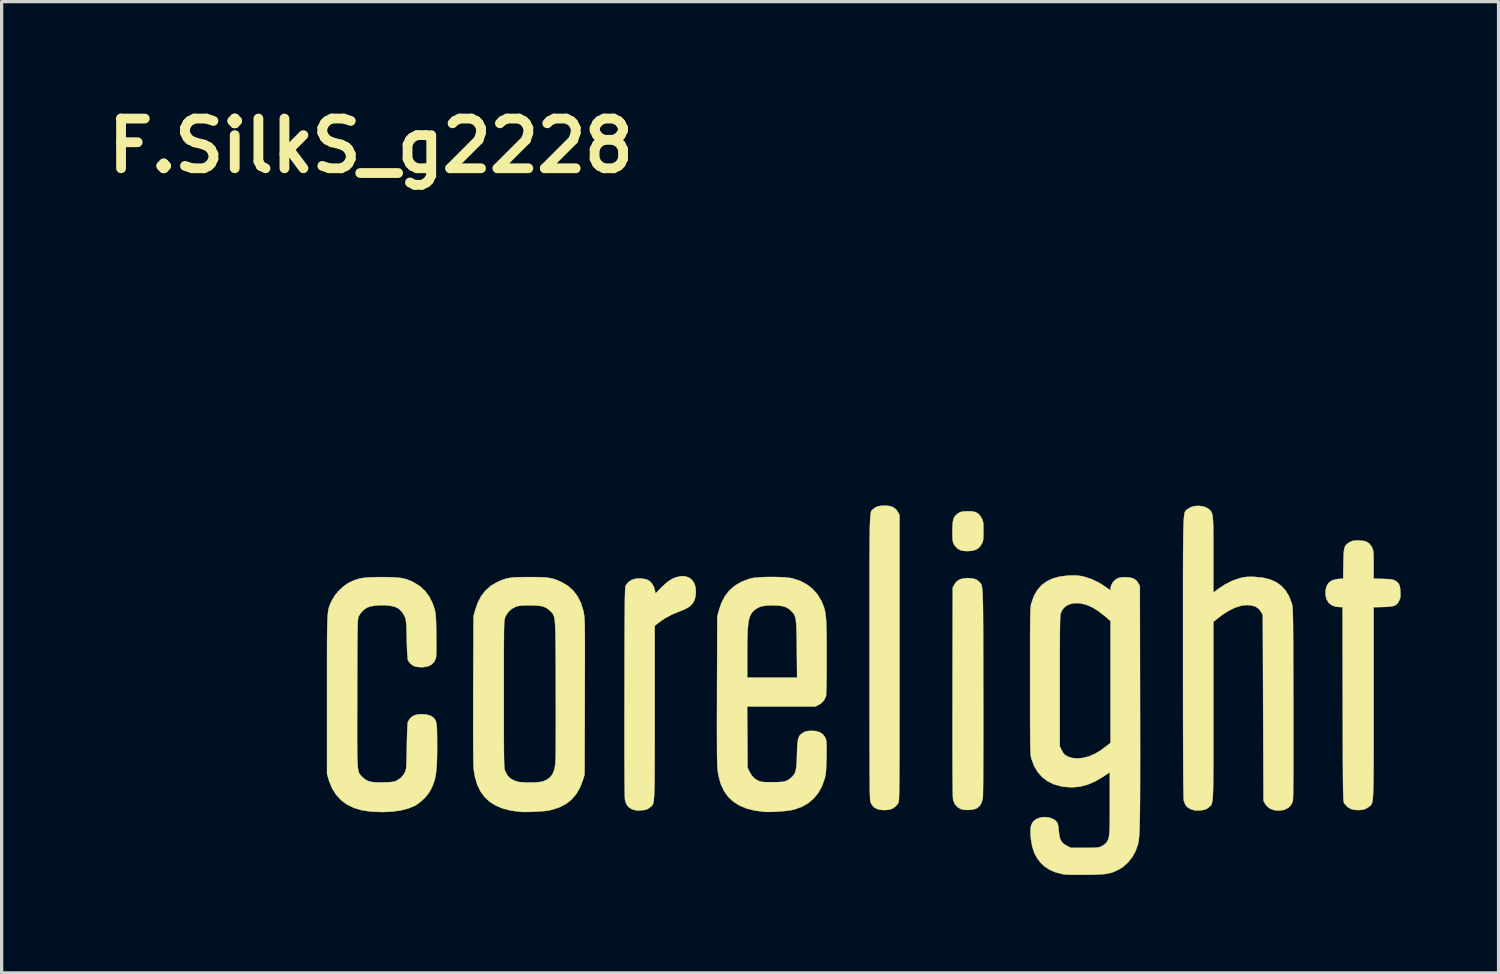
<source format=kicad_pcb>
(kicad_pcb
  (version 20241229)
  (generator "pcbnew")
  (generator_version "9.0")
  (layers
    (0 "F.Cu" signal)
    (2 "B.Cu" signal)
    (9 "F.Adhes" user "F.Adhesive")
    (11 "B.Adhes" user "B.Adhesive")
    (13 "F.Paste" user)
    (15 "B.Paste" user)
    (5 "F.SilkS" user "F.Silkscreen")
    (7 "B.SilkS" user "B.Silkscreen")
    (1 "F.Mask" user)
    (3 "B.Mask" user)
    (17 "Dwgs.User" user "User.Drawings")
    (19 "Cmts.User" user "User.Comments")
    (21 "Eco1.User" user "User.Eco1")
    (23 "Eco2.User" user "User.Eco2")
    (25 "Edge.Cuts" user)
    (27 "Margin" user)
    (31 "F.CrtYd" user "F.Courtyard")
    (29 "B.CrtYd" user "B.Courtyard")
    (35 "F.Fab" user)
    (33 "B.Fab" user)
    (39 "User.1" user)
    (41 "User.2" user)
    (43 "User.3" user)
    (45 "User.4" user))
  (footprint "F.SilkS_g2228"
    (layer "F.Cu")
    (at 8.317 1.418)
    (property "Reference" "F.SilkS_g2228" (at 0 0 0) (layer "F.SilkS") (effects (font (size 1.524 1.524) (thickness 0.3))))
    (attr through_hole)
    (fp_poly (pts (xy 18.415 11.203) (xy 18.523 11.224) (xy 18.606 11.267) (xy 18.672 11.335) (xy 18.716 11.408) (xy 18.74 11.455) (xy 18.756 11.498) (xy 18.766 11.545) (xy 18.772 11.606) (xy 18.774 11.69) (xy 18.775 11.807) (xy 18.775 11.809) (xy 18.774 11.928) (xy 18.772 12.014) (xy 18.766 12.076) (xy 18.755 12.125) (xy 18.739 12.168) (xy 18.721 12.208) (xy 18.651 12.307) (xy 18.557 12.375) (xy 18.435 12.413) (xy 18.3 12.423) (xy 18.215 12.42) (xy 18.14 12.413) (xy 18.093 12.404) (xy 17.987 12.351) (xy 17.901 12.264) (xy 17.866 12.206) (xy 17.849 12.164) (xy 17.836 12.12) (xy 17.828 12.063) (xy 17.824 11.986) (xy 17.823 11.879) (xy 17.822 11.811) (xy 17.825 11.657) (xy 17.835 11.537) (xy 17.854 11.446) (xy 17.884 11.376) (xy 17.928 11.32) (xy 17.987 11.272) (xy 17.998 11.265) (xy 18.046 11.236) (xy 18.095 11.218) (xy 18.156 11.208) (xy 18.244 11.202) (xy 18.276 11.201) (xy 18.415 11.203)) (stroke (width 0.01) (type solid)) (fill yes) (layer "F.SilkS"))
    (fp_poly (pts (xy 18.405 13.256) (xy 18.503 13.275) (xy 18.579 13.309) (xy 18.642 13.361) (xy 18.659 13.377) (xy 18.673 13.391) (xy 18.687 13.406) (xy 18.699 13.422) (xy 18.709 13.442) (xy 18.719 13.469) (xy 18.727 13.503) (xy 18.735 13.548) (xy 18.741 13.605) (xy 18.746 13.677) (xy 18.751 13.765) (xy 18.755 13.871) (xy 18.758 13.998) (xy 18.761 14.148) (xy 18.763 14.322) (xy 18.764 14.522) (xy 18.766 14.751) (xy 18.767 15.011) (xy 18.767 15.304) (xy 18.768 15.632) (xy 18.769 15.996) (xy 18.769 16.399) (xy 18.77 16.7) (xy 18.771 17.124) (xy 18.771 17.525) (xy 18.771 17.903) (xy 18.771 18.254) (xy 18.77 18.578) (xy 18.769 18.873) (xy 18.768 19.137) (xy 18.767 19.369) (xy 18.765 19.566) (xy 18.763 19.728) (xy 18.761 19.853) (xy 18.759 19.939) (xy 18.756 19.985) (xy 18.756 19.987) (xy 18.722 20.124) (xy 18.663 20.228) (xy 18.576 20.302) (xy 18.557 20.313) (xy 18.483 20.337) (xy 18.384 20.352) (xy 18.274 20.357) (xy 18.171 20.35) (xy 18.089 20.332) (xy 18.087 20.332) (xy 17.981 20.271) (xy 17.9 20.18) (xy 17.85 20.063) (xy 17.845 20.042) (xy 17.842 20.011) (xy 17.839 19.951) (xy 17.836 19.862) (xy 17.833 19.742) (xy 17.831 19.591) (xy 17.83 19.407) (xy 17.828 19.189) (xy 17.827 18.937) (xy 17.826 18.648) (xy 17.826 18.323) (xy 17.826 17.959) (xy 17.826 17.556) (xy 17.827 17.112) (xy 17.827 16.732) (xy 17.833 13.536) (xy 17.886 13.442) (xy 17.957 13.35) (xy 18.051 13.289) (xy 18.172 13.257) (xy 18.275 13.25) (xy 18.405 13.256)) (stroke (width 0.01) (type solid)) (fill yes) (layer "F.SilkS"))
    (fp_poly (pts (xy 15.901 11.041) (xy 16.013 11.08) (xy 16.1 11.149) (xy 16.15 11.22) (xy 16.203 11.314) (xy 16.203 15.695) (xy 16.203 16.203) (xy 16.203 16.671) (xy 16.203 17.099) (xy 16.203 17.491) (xy 16.202 17.847) (xy 16.202 18.169) (xy 16.202 18.459) (xy 16.201 18.719) (xy 16.2 18.95) (xy 16.199 19.154) (xy 16.198 19.333) (xy 16.197 19.489) (xy 16.196 19.623) (xy 16.194 19.737) (xy 16.192 19.832) (xy 16.19 19.911) (xy 16.188 19.975) (xy 16.185 20.025) (xy 16.182 20.065) (xy 16.179 20.094) (xy 16.176 20.115) (xy 16.172 20.13) (xy 16.168 20.141) (xy 16.167 20.143) (xy 16.097 20.234) (xy 16.003 20.306) (xy 15.922 20.34) (xy 15.819 20.357) (xy 15.702 20.36) (xy 15.591 20.348) (xy 15.53 20.332) (xy 15.433 20.284) (xy 15.364 20.215) (xy 15.322 20.14) (xy 15.318 20.129) (xy 15.313 20.115) (xy 15.31 20.097) (xy 15.306 20.073) (xy 15.303 20.04) (xy 15.3 19.998) (xy 15.298 19.944) (xy 15.295 19.878) (xy 15.293 19.796) (xy 15.291 19.698) (xy 15.29 19.582) (xy 15.289 19.445) (xy 15.287 19.287) (xy 15.286 19.105) (xy 15.286 18.898) (xy 15.285 18.663) (xy 15.284 18.4) (xy 15.284 18.107) (xy 15.284 17.781) (xy 15.283 17.422) (xy 15.283 17.027) (xy 15.283 16.594) (xy 15.283 16.122) (xy 15.283 15.689) (xy 15.283 15.178) (xy 15.283 14.707) (xy 15.283 14.275) (xy 15.283 13.881) (xy 15.283 13.521) (xy 15.283 13.196) (xy 15.283 12.903) (xy 15.284 12.64) (xy 15.285 12.405) (xy 15.286 12.198) (xy 15.288 12.015) (xy 15.29 11.857) (xy 15.293 11.72) (xy 15.296 11.603) (xy 15.3 11.504) (xy 15.304 11.422) (xy 15.309 11.355) (xy 15.315 11.301) (xy 15.321 11.259) (xy 15.328 11.226) (xy 15.336 11.202) (xy 15.345 11.184) (xy 15.355 11.17) (xy 15.366 11.16) (xy 15.378 11.15) (xy 15.39 11.141) (xy 15.401 11.131) (xy 15.476 11.078) (xy 15.566 11.045) (xy 15.681 11.03) (xy 15.758 11.028) (xy 15.901 11.041)) (stroke (width 0.01) (type solid)) (fill yes) (layer "F.SilkS"))
    (fp_poly (pts (xy 9.629 13.194) (xy 9.744 13.231) (xy 9.838 13.3) (xy 9.907 13.399) (xy 9.949 13.525) (xy 9.962 13.676) (xy 9.949 13.809) (xy 9.918 13.928) (xy 9.864 14.027) (xy 9.783 14.11) (xy 9.67 14.183) (xy 9.521 14.249) (xy 9.466 14.269) (xy 9.235 14.364) (xy 9.02 14.478) (xy 8.835 14.605) (xy 8.832 14.607) (xy 8.7 14.712) (xy 8.7 17.353) (xy 8.7 17.755) (xy 8.7 18.116) (xy 8.699 18.439) (xy 8.699 18.726) (xy 8.698 18.98) (xy 8.697 19.202) (xy 8.696 19.395) (xy 8.693 19.562) (xy 8.691 19.703) (xy 8.687 19.822) (xy 8.682 19.921) (xy 8.676 20.002) (xy 8.67 20.066) (xy 8.662 20.117) (xy 8.652 20.156) (xy 8.642 20.186) (xy 8.629 20.209) (xy 8.616 20.226) (xy 8.6 20.241) (xy 8.583 20.256) (xy 8.568 20.268) (xy 8.514 20.308) (xy 8.464 20.338) (xy 8.456 20.341) (xy 8.397 20.356) (xy 8.315 20.367) (xy 8.227 20.373) (xy 8.153 20.373) (xy 8.128 20.37) (xy 7.996 20.331) (xy 7.898 20.269) (xy 7.831 20.18) (xy 7.791 20.062) (xy 7.787 20.03) (xy 7.784 19.968) (xy 7.781 19.875) (xy 7.779 19.751) (xy 7.777 19.593) (xy 7.775 19.402) (xy 7.774 19.176) (xy 7.773 18.914) (xy 7.772 18.616) (xy 7.772 18.279) (xy 7.772 17.904) (xy 7.772 17.49) (xy 7.773 17.034) (xy 7.773 16.743) (xy 7.774 16.311) (xy 7.775 15.919) (xy 7.775 15.566) (xy 7.776 15.248) (xy 7.777 14.965) (xy 7.778 14.715) (xy 7.779 14.495) (xy 7.781 14.302) (xy 7.782 14.137) (xy 7.784 13.995) (xy 7.785 13.875) (xy 7.788 13.776) (xy 7.79 13.695) (xy 7.793 13.63) (xy 7.796 13.579) (xy 7.799 13.541) (xy 7.803 13.512) (xy 7.807 13.492) (xy 7.811 13.478) (xy 7.815 13.47) (xy 7.891 13.373) (xy 7.995 13.304) (xy 8.121 13.266) (xy 8.264 13.259) (xy 8.421 13.284) (xy 8.46 13.295) (xy 8.544 13.342) (xy 8.619 13.42) (xy 8.675 13.52) (xy 8.699 13.6) (xy 8.725 13.72) (xy 8.881 13.561) (xy 9.008 13.438) (xy 9.121 13.346) (xy 9.228 13.279) (xy 9.337 13.23) (xy 9.346 13.227) (xy 9.496 13.192) (xy 9.629 13.194)) (stroke (width 0.01) (type solid)) (fill yes) (layer "F.SilkS"))
    (fp_poly (pts (xy 30.406 12.106) (xy 30.512 12.133) (xy 30.592 12.183) (xy 30.656 12.26) (xy 30.681 12.306) (xy 30.699 12.344) (xy 30.712 12.379) (xy 30.722 12.419) (xy 30.728 12.471) (xy 30.732 12.541) (xy 30.733 12.636) (xy 30.734 12.763) (xy 30.734 12.84) (xy 30.734 13.267) (xy 31.025 13.275) (xy 31.148 13.279) (xy 31.237 13.284) (xy 31.3 13.293) (xy 31.346 13.305) (xy 31.383 13.322) (xy 31.388 13.324) (xy 31.46 13.375) (xy 31.508 13.432) (xy 31.537 13.505) (xy 31.552 13.605) (xy 31.555 13.67) (xy 31.557 13.766) (xy 31.553 13.834) (xy 31.54 13.888) (xy 31.517 13.941) (xy 31.513 13.948) (xy 31.475 14.013) (xy 31.432 14.06) (xy 31.376 14.093) (xy 31.302 14.115) (xy 31.201 14.128) (xy 31.067 14.135) (xy 31.025 14.136) (xy 30.734 14.143) (xy 30.734 17.069) (xy 30.734 17.49) (xy 30.734 17.87) (xy 30.734 18.212) (xy 30.734 18.518) (xy 30.733 18.79) (xy 30.733 19.03) (xy 30.731 19.241) (xy 30.729 19.424) (xy 30.727 19.581) (xy 30.724 19.715) (xy 30.72 19.827) (xy 30.715 19.921) (xy 30.709 19.997) (xy 30.702 20.058) (xy 30.694 20.105) (xy 30.685 20.142) (xy 30.674 20.171) (xy 30.662 20.192) (xy 30.648 20.209) (xy 30.633 20.224) (xy 30.616 20.238) (xy 30.597 20.253) (xy 30.595 20.255) (xy 30.53 20.3) (xy 30.459 20.335) (xy 30.444 20.34) (xy 30.339 20.357) (xy 30.221 20.36) (xy 30.109 20.347) (xy 30.049 20.331) (xy 29.937 20.269) (xy 29.848 20.174) (xy 29.827 20.14) (xy 29.822 20.129) (xy 29.818 20.112) (xy 29.814 20.087) (xy 29.81 20.053) (xy 29.807 20.007) (xy 29.804 19.947) (xy 29.802 19.871) (xy 29.799 19.777) (xy 29.797 19.663) (xy 29.796 19.527) (xy 29.794 19.367) (xy 29.793 19.18) (xy 29.792 18.965) (xy 29.79 18.719) (xy 29.79 18.441) (xy 29.789 18.128) (xy 29.788 17.778) (xy 29.787 17.389) (xy 29.786 17.108) (xy 29.781 14.139) (xy 29.691 14.139) (xy 29.549 14.122) (xy 29.432 14.072) (xy 29.344 13.992) (xy 29.285 13.884) (xy 29.258 13.752) (xy 29.262 13.621) (xy 29.294 13.494) (xy 29.354 13.397) (xy 29.444 13.328) (xy 29.566 13.288) (xy 29.655 13.276) (xy 29.8 13.266) (xy 29.807 12.819) (xy 29.81 12.648) (xy 29.815 12.514) (xy 29.824 12.411) (xy 29.838 12.334) (xy 29.859 12.276) (xy 29.889 12.231) (xy 29.928 12.195) (xy 29.979 12.161) (xy 29.991 12.154) (xy 30.046 12.125) (xy 30.097 12.108) (xy 30.16 12.099) (xy 30.247 12.097) (xy 30.268 12.097) (xy 30.406 12.106)) (stroke (width 0.01) (type solid)) (fill yes) (layer "F.SilkS"))
    (fp_poly (pts (xy 25.504 11.051) (xy 25.619 11.092) (xy 25.702 11.15) (xy 25.727 11.175) (xy 25.748 11.202) (xy 25.766 11.232) (xy 25.781 11.271) (xy 25.793 11.322) (xy 25.803 11.387) (xy 25.81 11.471) (xy 25.815 11.576) (xy 25.819 11.706) (xy 25.821 11.865) (xy 25.823 12.056) (xy 25.823 12.283) (xy 25.823 12.548) (xy 25.823 12.555) (xy 25.823 13.693) (xy 25.977 13.577) (xy 26.179 13.444) (xy 26.395 13.335) (xy 26.613 13.257) (xy 26.648 13.248) (xy 26.736 13.228) (xy 26.814 13.216) (xy 26.897 13.21) (xy 26.999 13.21) (xy 27.093 13.213) (xy 27.34 13.237) (xy 27.555 13.29) (xy 27.741 13.371) (xy 27.899 13.482) (xy 28.031 13.624) (xy 28.137 13.799) (xy 28.219 14.007) (xy 28.23 14.044) (xy 28.236 14.064) (xy 28.24 14.088) (xy 28.245 14.118) (xy 28.248 14.156) (xy 28.252 14.204) (xy 28.255 14.265) (xy 28.258 14.341) (xy 28.26 14.433) (xy 28.262 14.545) (xy 28.264 14.677) (xy 28.265 14.833) (xy 28.267 15.015) (xy 28.268 15.224) (xy 28.269 15.462) (xy 28.27 15.733) (xy 28.271 16.038) (xy 28.272 16.379) (xy 28.273 16.759) (xy 28.274 17.088) (xy 28.274 17.537) (xy 28.275 17.945) (xy 28.275 18.314) (xy 28.275 18.644) (xy 28.275 18.936) (xy 28.274 19.193) (xy 28.273 19.414) (xy 28.271 19.602) (xy 28.269 19.758) (xy 28.267 19.883) (xy 28.264 19.978) (xy 28.261 20.044) (xy 28.258 20.084) (xy 28.256 20.093) (xy 28.207 20.199) (xy 28.125 20.285) (xy 28.018 20.344) (xy 27.961 20.36) (xy 27.81 20.377) (xy 27.673 20.36) (xy 27.553 20.313) (xy 27.458 20.237) (xy 27.411 20.171) (xy 27.358 20.077) (xy 27.347 17.23) (xy 27.337 14.383) (xy 27.29 14.295) (xy 27.217 14.196) (xy 27.119 14.127) (xy 26.993 14.088) (xy 26.849 14.076) (xy 26.682 14.095) (xy 26.5 14.151) (xy 26.308 14.242) (xy 26.109 14.367) (xy 25.961 14.48) (xy 25.823 14.591) (xy 25.823 17.293) (xy 25.823 17.699) (xy 25.823 18.064) (xy 25.823 18.392) (xy 25.823 18.683) (xy 25.822 18.942) (xy 25.821 19.168) (xy 25.82 19.365) (xy 25.818 19.536) (xy 25.815 19.681) (xy 25.811 19.803) (xy 25.807 19.905) (xy 25.801 19.988) (xy 25.795 20.056) (xy 25.787 20.109) (xy 25.778 20.15) (xy 25.768 20.181) (xy 25.756 20.205) (xy 25.743 20.223) (xy 25.727 20.238) (xy 25.711 20.252) (xy 25.692 20.267) (xy 25.692 20.268) (xy 25.638 20.308) (xy 25.588 20.338) (xy 25.58 20.341) (xy 25.521 20.356) (xy 25.439 20.367) (xy 25.351 20.373) (xy 25.277 20.373) (xy 25.252 20.37) (xy 25.12 20.331) (xy 25.021 20.268) (xy 24.954 20.178) (xy 24.915 20.067) (xy 24.912 20.037) (xy 24.909 19.978) (xy 24.907 19.888) (xy 24.905 19.767) (xy 24.902 19.613) (xy 24.9 19.425) (xy 24.899 19.204) (xy 24.897 18.948) (xy 24.896 18.656) (xy 24.895 18.327) (xy 24.894 17.961) (xy 24.893 17.556) (xy 24.893 17.113) (xy 24.892 16.629) (xy 24.892 16.104) (xy 24.892 15.687) (xy 24.892 15.177) (xy 24.892 14.708) (xy 24.892 14.277) (xy 24.892 13.883) (xy 24.892 13.525) (xy 24.892 13.201) (xy 24.893 12.909) (xy 24.894 12.647) (xy 24.895 12.413) (xy 24.897 12.207) (xy 24.899 12.025) (xy 24.901 11.867) (xy 24.904 11.731) (xy 24.908 11.614) (xy 24.912 11.516) (xy 24.917 11.434) (xy 24.923 11.367) (xy 24.929 11.314) (xy 24.937 11.271) (xy 24.945 11.238) (xy 24.954 11.213) (xy 24.965 11.195) (xy 24.976 11.18) (xy 24.988 11.169) (xy 25.002 11.158) (xy 25.017 11.147) (xy 25.029 11.137) (xy 25.126 11.078) (xy 25.245 11.043) (xy 25.375 11.035) (xy 25.504 11.051)) (stroke (width 0.01) (type solid)) (fill yes) (layer "F.SilkS"))
    (fp_poly (pts (xy 12.509 13.219) (xy 12.664 13.227) (xy 12.797 13.238) (xy 12.901 13.254) (xy 12.918 13.257) (xy 13.149 13.331) (xy 13.355 13.439) (xy 13.535 13.577) (xy 13.685 13.745) (xy 13.805 13.94) (xy 13.875 14.108) (xy 13.895 14.17) (xy 13.912 14.233) (xy 13.926 14.3) (xy 13.938 14.376) (xy 13.947 14.464) (xy 13.955 14.567) (xy 13.96 14.691) (xy 13.964 14.838) (xy 13.967 15.013) (xy 13.969 15.219) (xy 13.97 15.461) (xy 13.97 15.685) (xy 13.97 15.925) (xy 13.968 16.146) (xy 13.967 16.343) (xy 13.964 16.514) (xy 13.961 16.655) (xy 13.957 16.764) (xy 13.953 16.836) (xy 13.949 16.868) (xy 13.894 16.99) (xy 13.804 17.086) (xy 13.728 17.135) (xy 13.623 17.187) (xy 11.533 17.187) (xy 11.54 18.124) (xy 11.546 19.061) (xy 11.601 19.177) (xy 11.676 19.303) (xy 11.768 19.397) (xy 11.874 19.461) (xy 11.916 19.478) (xy 11.96 19.49) (xy 12.015 19.498) (xy 12.088 19.503) (xy 12.189 19.505) (xy 12.298 19.505) (xy 12.45 19.504) (xy 12.567 19.498) (xy 12.658 19.486) (xy 12.729 19.466) (xy 12.789 19.437) (xy 12.846 19.396) (xy 12.875 19.37) (xy 12.927 19.32) (xy 12.968 19.271) (xy 12.998 19.215) (xy 13.021 19.148) (xy 13.036 19.062) (xy 13.047 18.953) (xy 13.055 18.812) (xy 13.059 18.658) (xy 13.065 18.488) (xy 13.072 18.354) (xy 13.083 18.25) (xy 13.098 18.172) (xy 13.12 18.113) (xy 13.149 18.068) (xy 13.188 18.03) (xy 13.236 17.995) (xy 13.294 17.963) (xy 13.358 17.944) (xy 13.442 17.933) (xy 13.477 17.931) (xy 13.634 17.938) (xy 13.761 17.974) (xy 13.858 18.041) (xy 13.926 18.137) (xy 13.951 18.201) (xy 13.96 18.256) (xy 13.965 18.35) (xy 13.968 18.483) (xy 13.967 18.656) (xy 13.965 18.756) (xy 13.961 18.921) (xy 13.956 19.052) (xy 13.95 19.155) (xy 13.941 19.237) (xy 13.931 19.306) (xy 13.917 19.37) (xy 13.91 19.395) (xy 13.827 19.628) (xy 13.714 19.833) (xy 13.571 20.007) (xy 13.4 20.151) (xy 13.201 20.263) (xy 12.975 20.343) (xy 12.89 20.362) (xy 12.784 20.379) (xy 12.649 20.394) (xy 12.497 20.406) (xy 12.343 20.414) (xy 12.2 20.417) (xy 12.08 20.415) (xy 12.044 20.413) (xy 11.761 20.375) (xy 11.511 20.311) (xy 11.293 20.22) (xy 11.107 20.101) (xy 10.951 19.954) (xy 10.825 19.778) (xy 10.728 19.572) (xy 10.66 19.335) (xy 10.626 19.135) (xy 10.622 19.085) (xy 10.618 19.009) (xy 10.615 18.907) (xy 10.612 18.775) (xy 10.61 18.614) (xy 10.609 18.42) (xy 10.608 18.193) (xy 10.607 17.931) (xy 10.607 17.632) (xy 10.608 17.295) (xy 10.609 16.918) (xy 10.609 16.679) (xy 10.613 15.57) (xy 11.536 15.57) (xy 11.536 16.298) (xy 13.063 16.298) (xy 13.055 15.436) (xy 13.052 15.201) (xy 13.049 15.005) (xy 13.045 14.843) (xy 13.04 14.711) (xy 13.032 14.605) (xy 13.022 14.521) (xy 13.008 14.454) (xy 12.99 14.401) (xy 12.968 14.357) (xy 12.94 14.319) (xy 12.907 14.282) (xy 12.882 14.257) (xy 12.805 14.191) (xy 12.722 14.143) (xy 12.623 14.112) (xy 12.501 14.094) (xy 12.348 14.088) (xy 12.308 14.087) (xy 12.148 14.092) (xy 12.02 14.107) (xy 11.917 14.135) (xy 11.829 14.179) (xy 11.753 14.234) (xy 11.705 14.281) (xy 11.664 14.333) (xy 11.63 14.394) (xy 11.602 14.469) (xy 11.58 14.56) (xy 11.564 14.672) (xy 11.552 14.809) (xy 11.543 14.974) (xy 11.538 15.171) (xy 11.536 15.404) (xy 11.536 15.57) (xy 10.613 15.57) (xy 10.617 14.425) (xy 10.664 14.245) (xy 10.745 14.007) (xy 10.853 13.801) (xy 10.99 13.626) (xy 11.157 13.481) (xy 11.353 13.366) (xy 11.582 13.278) (xy 11.652 13.258) (xy 11.742 13.241) (xy 11.865 13.229) (xy 12.012 13.22) (xy 12.175 13.216) (xy 12.343 13.216) (xy 12.509 13.219)) (stroke (width 0.01) (type solid)) (fill yes) (layer "F.SilkS"))
    (fp_poly (pts (xy 5.05 13.219) (xy 5.207 13.223) (xy 5.336 13.229) (xy 5.444 13.241) (xy 5.538 13.258) (xy 5.625 13.282) (xy 5.712 13.315) (xy 5.807 13.356) (xy 5.86 13.381) (xy 6.047 13.493) (xy 6.206 13.636) (xy 6.337 13.81) (xy 6.439 14.014) (xy 6.511 14.248) (xy 6.521 14.294) (xy 6.527 14.327) (xy 6.533 14.36) (xy 6.538 14.396) (xy 6.543 14.437) (xy 6.546 14.486) (xy 6.55 14.545) (xy 6.552 14.617) (xy 6.555 14.704) (xy 6.556 14.809) (xy 6.558 14.934) (xy 6.559 15.082) (xy 6.559 15.255) (xy 6.559 15.456) (xy 6.559 15.687) (xy 6.559 15.952) (xy 6.558 16.251) (xy 6.557 16.588) (xy 6.557 16.887) (xy 6.55 19.272) (xy 6.502 19.431) (xy 6.413 19.664) (xy 6.299 19.863) (xy 6.159 20.03) (xy 5.991 20.165) (xy 5.794 20.271) (xy 5.566 20.347) (xy 5.446 20.374) (xy 5.365 20.386) (xy 5.252 20.396) (xy 5.119 20.405) (xy 4.977 20.412) (xy 4.837 20.417) (xy 4.71 20.418) (xy 4.607 20.416) (xy 4.572 20.413) (xy 4.289 20.375) (xy 4.039 20.311) (xy 3.821 20.22) (xy 3.635 20.101) (xy 3.479 19.955) (xy 3.354 19.779) (xy 3.257 19.574) (xy 3.189 19.338) (xy 3.155 19.135) (xy 3.15 19.085) (xy 3.146 19.009) (xy 3.143 18.907) (xy 3.141 18.775) (xy 3.139 18.614) (xy 3.137 18.42) (xy 3.136 18.193) (xy 3.135 17.931) (xy 3.135 17.632) (xy 3.136 17.295) (xy 3.137 16.918) (xy 3.137 16.817) (xy 4.075 16.817) (xy 4.075 17.175) (xy 4.075 17.493) (xy 4.075 17.774) (xy 4.075 18.02) (xy 4.076 18.234) (xy 4.077 18.418) (xy 4.078 18.574) (xy 4.08 18.704) (xy 4.082 18.813) (xy 4.084 18.901) (xy 4.087 18.971) (xy 4.09 19.027) (xy 4.094 19.069) (xy 4.098 19.101) (xy 4.103 19.126) (xy 4.108 19.145) (xy 4.112 19.154) (xy 4.174 19.278) (xy 4.252 19.37) (xy 4.355 19.438) (xy 4.477 19.486) (xy 4.544 19.499) (xy 4.642 19.508) (xy 4.76 19.513) (xy 4.888 19.515) (xy 5.014 19.512) (xy 5.128 19.505) (xy 5.218 19.494) (xy 5.259 19.485) (xy 5.39 19.432) (xy 5.492 19.357) (xy 5.568 19.258) (xy 5.62 19.128) (xy 5.651 18.964) (xy 5.654 18.944) (xy 5.657 18.89) (xy 5.66 18.796) (xy 5.663 18.664) (xy 5.665 18.494) (xy 5.667 18.291) (xy 5.668 18.054) (xy 5.669 17.787) (xy 5.669 17.492) (xy 5.669 17.169) (xy 5.668 16.821) (xy 5.668 16.665) (xy 5.667 16.309) (xy 5.666 15.992) (xy 5.665 15.713) (xy 5.663 15.468) (xy 5.661 15.256) (xy 5.659 15.073) (xy 5.656 14.917) (xy 5.652 14.787) (xy 5.646 14.678) (xy 5.64 14.589) (xy 5.632 14.517) (xy 5.622 14.459) (xy 5.61 14.414) (xy 5.596 14.378) (xy 5.58 14.349) (xy 5.562 14.324) (xy 5.541 14.301) (xy 5.517 14.278) (xy 5.495 14.257) (xy 5.427 14.196) (xy 5.355 14.152) (xy 5.271 14.12) (xy 5.169 14.1) (xy 5.04 14.09) (xy 4.878 14.087) (xy 4.868 14.087) (xy 4.734 14.088) (xy 4.633 14.092) (xy 4.555 14.1) (xy 4.492 14.113) (xy 4.447 14.126) (xy 4.319 14.192) (xy 4.212 14.29) (xy 4.134 14.411) (xy 4.114 14.459) (xy 4.108 14.478) (xy 4.102 14.501) (xy 4.097 14.528) (xy 4.093 14.562) (xy 4.089 14.606) (xy 4.086 14.663) (xy 4.083 14.735) (xy 4.081 14.824) (xy 4.079 14.933) (xy 4.078 15.064) (xy 4.077 15.221) (xy 4.076 15.404) (xy 4.075 15.618) (xy 4.075 15.864) (xy 4.075 16.145) (xy 4.075 16.463) (xy 4.075 16.817) (xy 3.137 16.817) (xy 3.137 16.679) (xy 3.145 14.425) (xy 3.193 14.245) (xy 3.274 14.006) (xy 3.381 13.8) (xy 3.516 13.627) (xy 3.679 13.485) (xy 3.855 13.381) (xy 3.956 13.335) (xy 4.047 13.298) (xy 4.133 13.269) (xy 4.223 13.249) (xy 4.323 13.234) (xy 4.44 13.225) (xy 4.582 13.221) (xy 4.756 13.219) (xy 4.858 13.219) (xy 5.05 13.219)) (stroke (width 0.01) (type solid)) (fill yes) (layer "F.SilkS"))
    (fp_poly (pts (xy 0.517 13.221) (xy 0.682 13.225) (xy 0.819 13.234) (xy 0.935 13.249) (xy 1.036 13.27) (xy 1.131 13.3) (xy 1.227 13.339) (xy 1.317 13.382) (xy 1.504 13.499) (xy 1.664 13.647) (xy 1.796 13.827) (xy 1.898 14.036) (xy 1.951 14.196) (xy 1.965 14.248) (xy 1.975 14.301) (xy 1.984 14.359) (xy 1.99 14.43) (xy 1.995 14.518) (xy 1.999 14.63) (xy 2.002 14.772) (xy 2.005 14.948) (xy 2.006 14.996) (xy 2.008 15.221) (xy 2.008 15.405) (xy 2.005 15.546) (xy 2 15.645) (xy 1.993 15.703) (xy 1.992 15.708) (xy 1.938 15.821) (xy 1.855 15.904) (xy 1.743 15.957) (xy 1.601 15.98) (xy 1.566 15.98) (xy 1.481 15.977) (xy 1.401 15.969) (xy 1.356 15.96) (xy 1.274 15.92) (xy 1.196 15.854) (xy 1.141 15.779) (xy 1.137 15.769) (xy 1.129 15.732) (xy 1.122 15.656) (xy 1.115 15.548) (xy 1.108 15.409) (xy 1.103 15.246) (xy 1.1 15.134) (xy 1.096 14.959) (xy 1.092 14.82) (xy 1.087 14.713) (xy 1.082 14.63) (xy 1.075 14.567) (xy 1.067 14.518) (xy 1.056 14.477) (xy 1.043 14.439) (xy 1.041 14.435) (xy 0.968 14.304) (xy 0.866 14.2) (xy 0.786 14.151) (xy 0.689 14.117) (xy 0.562 14.094) (xy 0.418 14.083) (xy 0.267 14.084) (xy 0.121 14.095) (xy -0.008 14.118) (xy -0.11 14.152) (xy -0.119 14.157) (xy -0.23 14.234) (xy -0.324 14.338) (xy -0.375 14.425) (xy -0.381 14.44) (xy -0.386 14.46) (xy -0.391 14.485) (xy -0.395 14.519) (xy -0.399 14.564) (xy -0.402 14.623) (xy -0.405 14.697) (xy -0.407 14.79) (xy -0.409 14.904) (xy -0.411 15.042) (xy -0.412 15.205) (xy -0.414 15.397) (xy -0.415 15.619) (xy -0.416 15.874) (xy -0.417 16.166) (xy -0.418 16.495) (xy -0.419 16.762) (xy -0.42 17.133) (xy -0.42 17.465) (xy -0.421 17.758) (xy -0.421 18.017) (xy -0.421 18.243) (xy -0.42 18.439) (xy -0.418 18.606) (xy -0.415 18.749) (xy -0.411 18.869) (xy -0.406 18.968) (xy -0.399 19.048) (xy -0.39 19.114) (xy -0.38 19.166) (xy -0.368 19.207) (xy -0.354 19.239) (xy -0.337 19.266) (xy -0.319 19.289) (xy -0.297 19.31) (xy -0.273 19.333) (xy -0.257 19.349) (xy -0.189 19.41) (xy -0.117 19.455) (xy -0.035 19.486) (xy 0.066 19.504) (xy 0.192 19.513) (xy 0.351 19.513) (xy 0.388 19.512) (xy 0.515 19.508) (xy 0.61 19.502) (xy 0.679 19.493) (xy 0.733 19.48) (xy 0.78 19.462) (xy 0.783 19.46) (xy 0.909 19.381) (xy 1.005 19.272) (xy 1.046 19.198) (xy 1.058 19.17) (xy 1.068 19.139) (xy 1.076 19.101) (xy 1.082 19.051) (xy 1.087 18.984) (xy 1.091 18.895) (xy 1.094 18.78) (xy 1.098 18.633) (xy 1.101 18.449) (xy 1.102 18.404) (xy 1.105 18.235) (xy 1.109 18.078) (xy 1.114 17.938) (xy 1.119 17.821) (xy 1.124 17.733) (xy 1.129 17.678) (xy 1.132 17.664) (xy 1.192 17.559) (xy 1.272 17.485) (xy 1.376 17.441) (xy 1.509 17.422) (xy 1.56 17.421) (xy 1.717 17.434) (xy 1.839 17.473) (xy 1.929 17.538) (xy 1.933 17.543) (xy 1.96 17.576) (xy 1.981 17.612) (xy 1.997 17.656) (xy 2.01 17.714) (xy 2.019 17.79) (xy 2.025 17.888) (xy 2.028 18.015) (xy 2.03 18.173) (xy 2.031 18.37) (xy 2.031 18.373) (xy 2.03 18.623) (xy 2.025 18.836) (xy 2.017 19.018) (xy 2.003 19.174) (xy 1.983 19.309) (xy 1.957 19.429) (xy 1.923 19.538) (xy 1.881 19.643) (xy 1.83 19.749) (xy 1.818 19.771) (xy 1.747 19.877) (xy 1.649 19.99) (xy 1.535 20.096) (xy 1.417 20.186) (xy 1.335 20.235) (xy 1.138 20.314) (xy 0.908 20.372) (xy 0.649 20.408) (xy 0.365 20.421) (xy 0.06 20.41) (xy -0.024 20.404) (xy -0.29 20.363) (xy -0.527 20.291) (xy -0.735 20.189) (xy -0.915 20.055) (xy -1.066 19.89) (xy -1.188 19.695) (xy -1.28 19.47) (xy -1.295 19.419) (xy -1.344 19.251) (xy -1.344 16.817) (xy -1.344 16.435) (xy -1.344 16.093) (xy -1.344 15.788) (xy -1.344 15.518) (xy -1.343 15.281) (xy -1.342 15.073) (xy -1.34 14.893) (xy -1.337 14.739) (xy -1.334 14.607) (xy -1.329 14.495) (xy -1.324 14.4) (xy -1.316 14.321) (xy -1.308 14.255) (xy -1.298 14.199) (xy -1.286 14.151) (xy -1.273 14.108) (xy -1.257 14.069) (xy -1.24 14.029) (xy -1.22 13.988) (xy -1.198 13.942) (xy -1.191 13.928) (xy -1.107 13.786) (xy -0.993 13.647) (xy -0.861 13.521) (xy -0.722 13.42) (xy -0.653 13.381) (xy -0.549 13.334) (xy -0.453 13.296) (xy -0.358 13.268) (xy -0.255 13.247) (xy -0.139 13.233) (xy -0.000201 13.225) (xy 0.168 13.221) (xy 0.318 13.22) (xy 0.517 13.221)) (stroke (width 0.01) (type solid)) (fill yes) (layer "F.SilkS"))
    (fp_poly (pts (xy 21.622 13.169) (xy 21.706 13.177) (xy 21.79 13.192) (xy 21.854 13.206) (xy 22.09 13.281) (xy 22.318 13.391) (xy 22.507 13.513) (xy 22.669 13.629) (xy 22.669 13.571) (xy 22.688 13.479) (xy 22.737 13.386) (xy 22.809 13.308) (xy 22.86 13.273) (xy 22.919 13.245) (xy 22.979 13.229) (xy 23.056 13.222) (xy 23.125 13.221) (xy 23.27 13.232) (xy 23.383 13.268) (xy 23.469 13.33) (xy 23.525 13.409) (xy 23.569 13.494) (xy 23.575 17.145) (xy 23.576 17.632) (xy 23.576 18.079) (xy 23.577 18.487) (xy 23.577 18.858) (xy 23.576 19.195) (xy 23.576 19.499) (xy 23.575 19.772) (xy 23.574 20.016) (xy 23.572 20.232) (xy 23.571 20.424) (xy 23.568 20.592) (xy 23.565 20.739) (xy 23.562 20.866) (xy 23.558 20.975) (xy 23.553 21.069) (xy 23.548 21.149) (xy 23.542 21.216) (xy 23.536 21.274) (xy 23.529 21.324) (xy 23.521 21.367) (xy 23.512 21.406) (xy 23.506 21.431) (xy 23.435 21.625) (xy 23.333 21.807) (xy 23.205 21.967) (xy 23.056 22.1) (xy 22.934 22.177) (xy 22.845 22.221) (xy 22.764 22.257) (xy 22.682 22.284) (xy 22.595 22.305) (xy 22.495 22.321) (xy 22.377 22.331) (xy 22.234 22.338) (xy 22.059 22.342) (xy 21.907 22.344) (xy 21.705 22.345) (xy 21.541 22.344) (xy 21.41 22.341) (xy 21.309 22.336) (xy 21.232 22.329) (xy 21.188 22.321) (xy 20.978 22.265) (xy 20.8 22.188) (xy 20.648 22.088) (xy 20.539 21.987) (xy 20.424 21.843) (xy 20.336 21.681) (xy 20.274 21.495) (xy 20.234 21.28) (xy 20.222 21.163) (xy 20.215 21.018) (xy 20.221 20.906) (xy 20.24 20.819) (xy 20.276 20.747) (xy 20.312 20.701) (xy 20.4 20.633) (xy 20.51 20.591) (xy 20.632 20.574) (xy 20.756 20.582) (xy 20.873 20.615) (xy 20.972 20.672) (xy 21.025 20.727) (xy 21.048 20.769) (xy 21.065 20.83) (xy 21.077 20.919) (xy 21.083 20.987) (xy 21.1 21.132) (xy 21.127 21.243) (xy 21.17 21.328) (xy 21.232 21.394) (xy 21.317 21.448) (xy 21.325 21.452) (xy 21.449 21.516) (xy 21.874 21.516) (xy 22.02 21.516) (xy 22.13 21.514) (xy 22.212 21.512) (xy 22.271 21.507) (xy 22.316 21.499) (xy 22.353 21.487) (xy 22.388 21.472) (xy 22.399 21.466) (xy 22.468 21.425) (xy 22.526 21.376) (xy 22.545 21.354) (xy 22.568 21.319) (xy 22.588 21.284) (xy 22.604 21.244) (xy 22.617 21.196) (xy 22.627 21.136) (xy 22.635 21.059) (xy 22.64 20.963) (xy 22.644 20.841) (xy 22.647 20.692) (xy 22.648 20.511) (xy 22.648 20.293) (xy 22.648 20.149) (xy 22.648 19.201) (xy 22.448 19.335) (xy 22.207 19.477) (xy 21.971 19.579) (xy 21.735 19.641) (xy 21.495 19.664) (xy 21.249 19.648) (xy 21.153 19.632) (xy 20.934 19.572) (xy 20.741 19.477) (xy 20.574 19.35) (xy 20.434 19.191) (xy 20.324 19.002) (xy 20.244 18.785) (xy 20.241 18.775) (xy 20.235 18.751) (xy 20.23 18.723) (xy 20.225 18.689) (xy 20.221 18.646) (xy 20.217 18.593) (xy 20.214 18.525) (xy 20.212 18.442) (xy 20.21 18.34) (xy 20.208 18.216) (xy 20.207 18.069) (xy 20.206 17.896) (xy 20.205 17.694) (xy 20.204 17.46) (xy 20.204 17.193) (xy 20.204 16.89) (xy 20.204 16.547) (xy 20.204 16.415) (xy 21.114 16.415) (xy 21.114 18.404) (xy 21.177 18.531) (xy 21.219 18.606) (xy 21.26 18.656) (xy 21.314 18.694) (xy 21.356 18.717) (xy 21.491 18.763) (xy 21.648 18.778) (xy 21.819 18.763) (xy 21.997 18.717) (xy 22.003 18.715) (xy 22.18 18.64) (xy 22.357 18.537) (xy 22.543 18.4) (xy 22.548 18.396) (xy 22.669 18.299) (xy 22.669 14.564) (xy 22.5 14.419) (xy 22.299 14.263) (xy 22.109 14.146) (xy 21.927 14.067) (xy 21.75 14.025) (xy 21.699 14.019) (xy 21.538 14.021) (xy 21.399 14.056) (xy 21.284 14.122) (xy 21.197 14.216) (xy 21.141 14.334) (xy 21.136 14.358) (xy 21.132 14.398) (xy 21.128 14.456) (xy 21.125 14.534) (xy 21.122 14.634) (xy 21.12 14.759) (xy 21.118 14.912) (xy 21.117 15.094) (xy 21.115 15.307) (xy 21.115 15.554) (xy 21.114 15.837) (xy 21.114 16.159) (xy 21.114 16.415) (xy 20.204 16.415) (xy 20.204 16.404) (xy 20.204 16.047) (xy 20.204 15.73) (xy 20.204 15.45) (xy 20.204 15.204) (xy 20.205 14.991) (xy 20.206 14.808) (xy 20.207 14.651) (xy 20.209 14.52) (xy 20.21 14.41) (xy 20.213 14.319) (xy 20.216 14.246) (xy 20.219 14.187) (xy 20.223 14.14) (xy 20.227 14.102) (xy 20.232 14.071) (xy 20.238 14.044) (xy 20.243 14.023) (xy 20.318 13.808) (xy 20.42 13.626) (xy 20.548 13.475) (xy 20.705 13.355) (xy 20.89 13.265) (xy 21.105 13.205) (xy 21.35 13.174) (xy 21.399 13.172) (xy 21.525 13.168) (xy 21.622 13.169)) (stroke (width 0.01) (type solid)) (fill yes) (layer "F.SilkS")))
  (gr_rect
    (start -3 -3)
    (end 42.879 26.768)
    (stroke (width 0.1) (type default))
    (fill no)
    (layer "Edge.Cuts")))
</source>
